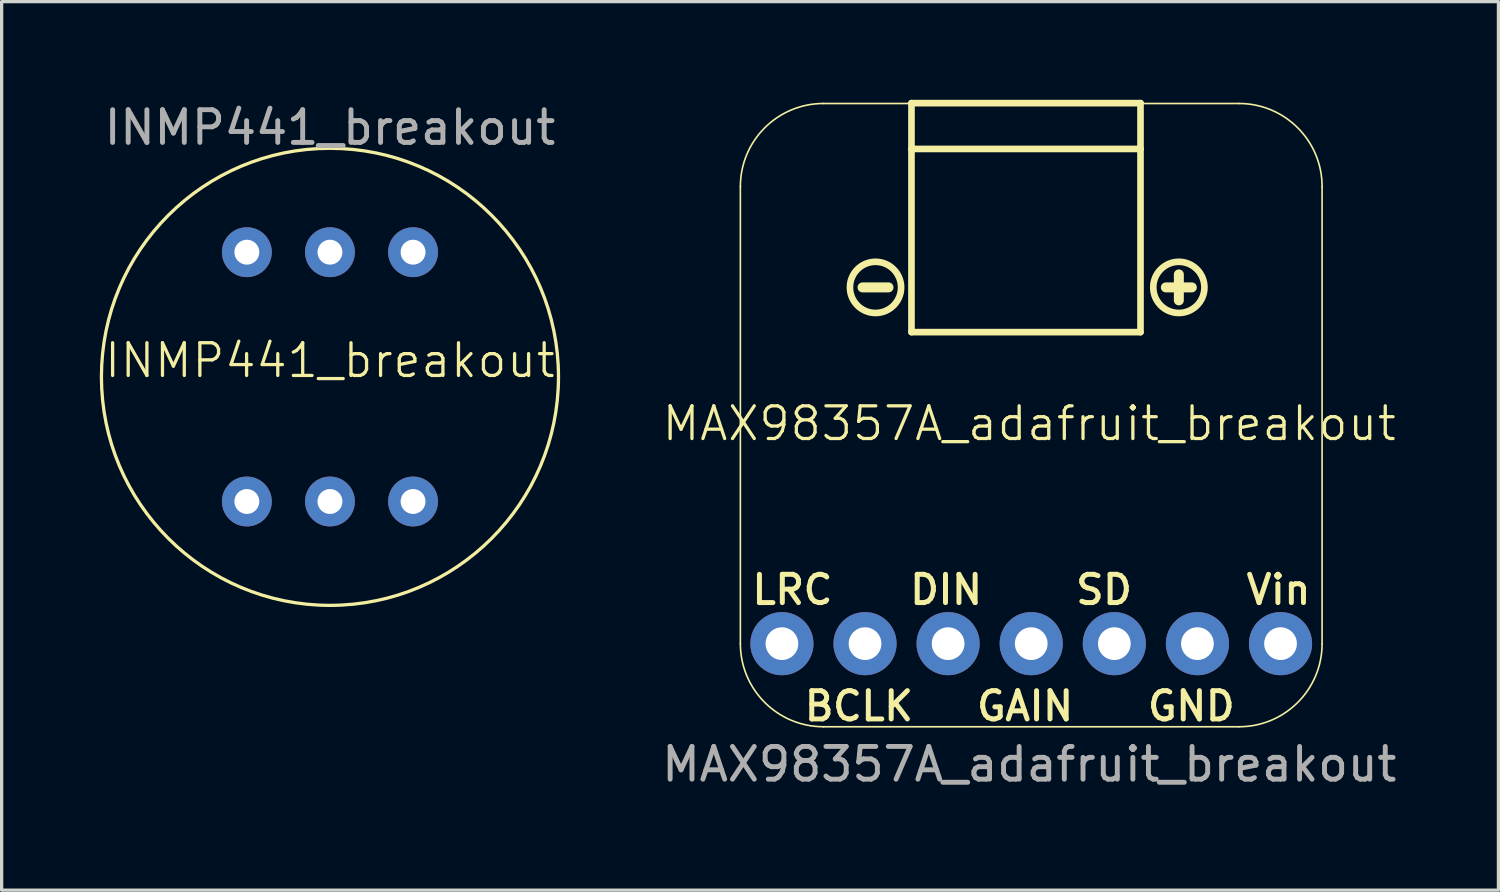
<source format=kicad_pcb>
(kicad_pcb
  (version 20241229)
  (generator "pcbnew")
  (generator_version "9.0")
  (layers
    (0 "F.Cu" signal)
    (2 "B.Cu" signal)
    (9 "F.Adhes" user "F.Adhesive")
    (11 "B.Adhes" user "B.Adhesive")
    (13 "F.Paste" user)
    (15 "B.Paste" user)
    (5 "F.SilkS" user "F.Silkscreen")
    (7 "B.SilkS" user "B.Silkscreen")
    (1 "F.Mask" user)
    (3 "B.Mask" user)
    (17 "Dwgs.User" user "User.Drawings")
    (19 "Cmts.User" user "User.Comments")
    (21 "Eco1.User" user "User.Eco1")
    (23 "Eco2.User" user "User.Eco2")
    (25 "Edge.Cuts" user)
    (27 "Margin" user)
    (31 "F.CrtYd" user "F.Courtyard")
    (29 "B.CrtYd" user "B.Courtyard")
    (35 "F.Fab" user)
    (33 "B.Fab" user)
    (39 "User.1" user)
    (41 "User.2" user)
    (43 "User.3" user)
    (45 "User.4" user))
  (footprint "MAX98357A_adafruit_breakout"
    (layer "F.Cu")
    (at 28.409 9.642)
    (property "Reference" "MAX98357A_adafruit_breakout" (at 0 0.254 0) (unlocked yes) (layer "F.SilkS") (effects (font (size 1 1) (thickness 0.1))))
    (attr through_hole)
    (fp_line (start -8.83 6.981) (end -8.83 -6.989) (stroke (width 0.05) (type solid)) (layer "F.SilkS"))
    (fp_line (start -6.29 -9.529) (end 6.41 -9.529) (stroke (width 0.05) (type solid)) (layer "F.SilkS"))
    (fp_line (start -5.096 -3.908) (end -4.302 -3.908) (stroke (width 0.305) (type solid)) (layer "F.SilkS"))
    (fp_line (start -3.6 -9.54) (end -3.6 -8.14) (stroke (width 0.203) (type solid)) (layer "F.SilkS"))
    (fp_line (start -3.6 -8.14) (end -3.6 -2.54) (stroke (width 0.203) (type solid)) (layer "F.SilkS"))
    (fp_line (start -3.6 -2.54) (end 3.4 -2.54) (stroke (width 0.203) (type solid)) (layer "F.SilkS"))
    (fp_line (start 3.4 -9.54) (end -3.6 -9.54) (stroke (width 0.203) (type solid)) (layer "F.SilkS"))
    (fp_line (start 3.4 -8.14) (end -3.6 -8.14) (stroke (width 0.203) (type solid)) (layer "F.SilkS"))
    (fp_line (start 3.4 -8.14) (end 3.4 -9.54) (stroke (width 0.203) (type solid)) (layer "F.SilkS"))
    (fp_line (start 3.4 -2.54) (end 3.4 -8.14) (stroke (width 0.203) (type solid)) (layer "F.SilkS"))
    (fp_line (start 4.572 -4.305) (end 4.572 -3.511) (stroke (width 0.305) (type solid)) (layer "F.SilkS"))
    (fp_line (start 4.969 -3.908) (end 4.175 -3.908) (stroke (width 0.305) (type solid)) (layer "F.SilkS"))
    (fp_line (start 6.41 9.521) (end -6.29 9.521) (stroke (width 0.05) (type solid)) (layer "F.SilkS"))
    (fp_line (start 8.95 -6.989) (end 8.95 6.981) (stroke (width 0.05) (type solid)) (layer "F.SilkS"))
    (fp_arc (start -8.829716 -6.988937) (mid -8.085767 -8.784988) (end -6.289716 -9.528937) (stroke (width 0.05) (type solid)) (layer "F.SilkS"))
    (fp_arc (start -6.289716 9.521063) (mid -8.085767 8.777114) (end -8.829716 6.981063) (stroke (width 0.05) (type solid)) (layer "F.SilkS"))
    (fp_arc (start 6.410284 -9.528937) (mid 8.206335 -8.784988) (end 8.950284 -6.988937) (stroke (width 0.05) (type solid)) (layer "F.SilkS"))
    (fp_arc (start 8.950284 6.981063) (mid 8.206334 8.777113) (end 6.410284 9.521063) (stroke (width 0.05) (type solid)) (layer "F.SilkS"))
    (fp_circle (center -4.699 -3.908) (end -5.481 -3.908) (stroke (width 0.203) (type solid)) (fill no) (layer "F.SilkS"))
    (fp_circle (center 4.572 -3.908) (end 5.354 -3.908) (stroke (width 0.203) (type solid)) (fill no) (layer "F.SilkS"))
    (fp_text user "GAIN" (at -0.127 8.89 0) (unlocked yes) (layer "F.SilkS") (effects (font (size 0.864 0.864) (thickness 0.152))))
    (fp_text user "LRC" (at -7.239 5.334 0) (unlocked yes) (layer "F.SilkS") (effects (font (size 0.864 0.864) (thickness 0.152))))
    (fp_text user "BCLK" (at -5.207 8.89 0) (unlocked yes) (layer "F.SilkS") (effects (font (size 0.864 0.864) (thickness 0.152))))
    (fp_text user "Vin" (at 7.62 5.334 0) (unlocked yes) (layer "F.SilkS") (effects (font (size 0.864 0.864) (thickness 0.152))))
    (fp_text user "SD" (at 2.286 5.334 0) (unlocked yes) (layer "F.SilkS") (effects (font (size 0.864 0.864) (thickness 0.152))))
    (fp_text user "GND" (at 4.953 8.89 0) (unlocked yes) (layer "F.SilkS") (effects (font (size 0.864 0.864) (thickness 0.152))))
    (fp_text user "DIN" (at -2.54 5.334 0) (unlocked yes) (layer "F.SilkS") (effects (font (size 0.864 0.864) (thickness 0.152))))
    (fp_text user "${REFERENCE}" (at 0 10.668 0) (unlocked yes) (layer "F.Fab") (effects (font (size 1 1) (thickness 0.15))))
    (pad "1" thru_hole circle (at 7.68 6.981 270) (size 1.93 1.93) (drill 1) (layers "*.Cu" "*.Mask"))
    (pad "2" thru_hole circle (at 5.14 6.981 270) (size 1.93 1.93) (drill 1) (layers "*.Cu" "*.Mask"))
    (pad "3" thru_hole circle (at 2.6 6.981 270) (size 1.93 1.93) (drill 1) (layers "*.Cu" "*.Mask"))
    (pad "4" thru_hole circle (at 0.06 6.981 270) (size 1.93 1.93) (drill 1) (layers "*.Cu" "*.Mask"))
    (pad "5" thru_hole circle (at -2.48 6.981 270) (size 1.93 1.93) (drill 1) (layers "*.Cu" "*.Mask"))
    (pad "6" thru_hole circle (at -5.02 6.981 270) (size 1.93 1.93) (drill 1) (layers "*.Cu" "*.Mask"))
    (pad "7" thru_hole circle (at -7.56 6.981 270) (size 1.93 1.93) (drill 1) (layers "*.Cu" "*.Mask")))
  (footprint "INMP441_breakout"
    (layer "F.Cu")
    (at 7.035 8.468)
    (property "Reference" "INMP441_breakout" (at 0 -0.5 0) (unlocked yes) (layer "F.SilkS") (effects (font (size 1 1) (thickness 0.1))))
    (attr through_hole)
    (fp_circle (center 0 0) (end 6.985 0) (stroke (width 0.1) (type default)) (fill no) (layer "F.SilkS"))
    (fp_text user "${REFERENCE}" (at 0 -7.62 0) (unlocked yes) (layer "F.Fab") (effects (font (size 1 1) (thickness 0.15))))
    (pad "1" thru_hole circle (at -2.54 3.81) (size 1.524 1.524) (drill 0.762) (layers "*.Cu" "*.Mask"))
    (pad "2" thru_hole circle (at 0 3.81) (size 1.524 1.524) (drill 0.762) (layers "*.Cu" "*.Mask"))
    (pad "3" thru_hole circle (at 2.54 3.81) (size 1.524 1.524) (drill 0.762) (layers "*.Cu" "*.Mask"))
    (pad "4" thru_hole circle (at 2.54 -3.81) (size 1.524 1.524) (drill 0.762) (layers "*.Cu" "*.Mask"))
    (pad "5" thru_hole circle (at 0 -3.81) (size 1.524 1.524) (drill 0.762) (layers "*.Cu" "*.Mask"))
    (pad "6" thru_hole circle (at -2.54 -3.81) (size 1.524 1.524) (drill 0.762) (layers "*.Cu" "*.Mask")))
  (gr_rect
    (start -3 -3)
    (end 42.749 24.158)
    (stroke (width 0.1) (type default))
    (fill no)
    (layer "Edge.Cuts")))
</source>
